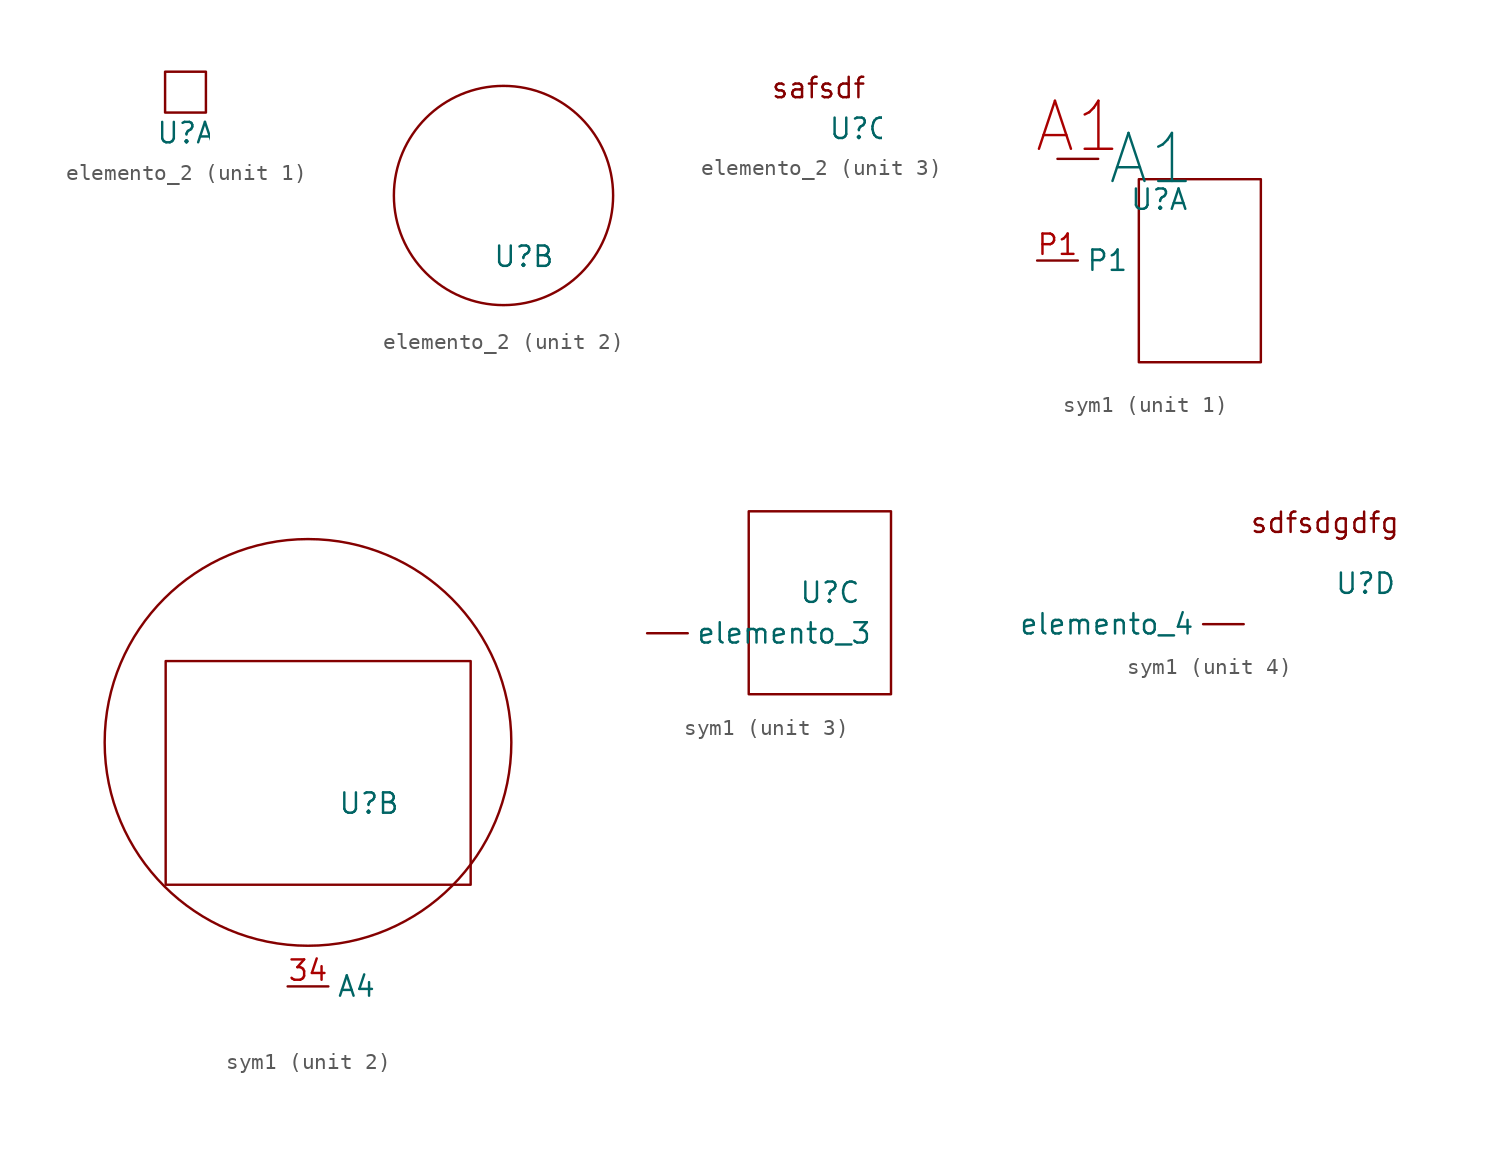
<source format=kicad_sym>
(kicad_symbol_lib
  (version 20220914)
  (generator kicad_symbol_editor)
  (symbol "elemento_2"
    (property "Reference" "U"
      (at 0 0 0)
      (effects (font (size 1.27 1.27))))
    (property "Value" ""
      (at 0 0 0)
      (effects (font (size 1.27 1.27))))
    (property "ki_locked" ""
      (at 0 0 0)
      (effects (font (size 1.27 1.27))))
    (symbol "elemento_2_1_1"
      (rectangle (start -1.27 3.81) (end 1.27 1.27) (stroke (width 0) (type default)) (fill (type none))))
    (symbol "elemento_2_2_1"
      (circle (center -1.27 3.81) (radius 6.839) (stroke (width 0) (type default)) (fill (type none))))
    (symbol "elemento_2_3_1"
      (text "safsdf" (at -2.54 2.54 0) (effects (font (size 1.27 1.27))))))
  (symbol "sym1"
    (property "Reference" "U"
      (at 0 0 0)
      (effects (font (size 1.27 1.27))))
    (property "Value" ""
      (at 0 0 0)
      (effects (font (size 1.27 1.27))))
    (property "ki_locked" ""
      (at 0 0 0)
      (effects (font (size 1.27 1.27))))
    (symbol "sym1_1_1"
      (rectangle (start -1.27 1.27) (end 6.35 -10.16) (stroke (width 0) (type default)) (fill (type none)))
      (pin power_in line (at -6.35 2.54 0) (length 2.54) (name "A1" (effects (font (size 3 3)))) (number "A1" (effects (font (size 3 3)))))
      (pin input line (at -7.62 -3.81 0) (length 2.54) (name "P1" (effects (font (size 1.27 1.27)))) (number "P1" (effects (font (size 1.27 1.27))))))
    (symbol "sym1_2_1"
      (rectangle (start -12.7 8.89) (end 6.35 -5.08) (stroke (width 0) (type default)) (fill (type none)))
      (circle (center -3.81 3.81) (radius 12.7) (stroke (width 0) (type default)) (fill (type none)))
      (pin power_in line (at -5.08 -11.43 0) (length 2.54) (name "A4" (effects (font (size 1.27 1.27)))) (number "34" (effects (font (size 1.27 1.27))))))
    (symbol "sym1_3_1"
      (rectangle (start -5.08 5.08) (end 3.81 -6.35) (stroke (width 0) (type default)) (fill (type none)))
      (pin input line (at -11.43 -2.54 0) (length 2.54) (name "elemento_3" (effects (font (size 1.27 1.27)))) (number "" (effects (font (size 1.27 1.27))))))
    (symbol "sym1_4_1"
      (text "sdfsdgdfg" (at -2.54 3.81 0) (effects (font (size 1.27 1.27))))
      (pin input line (at -7.62 -2.54 180) (length 2.54) (name "elemento_4" (effects (font (size 1.27 1.27)))) (number "" (effects (font (size 1.27 1.27))))))))
</source>
